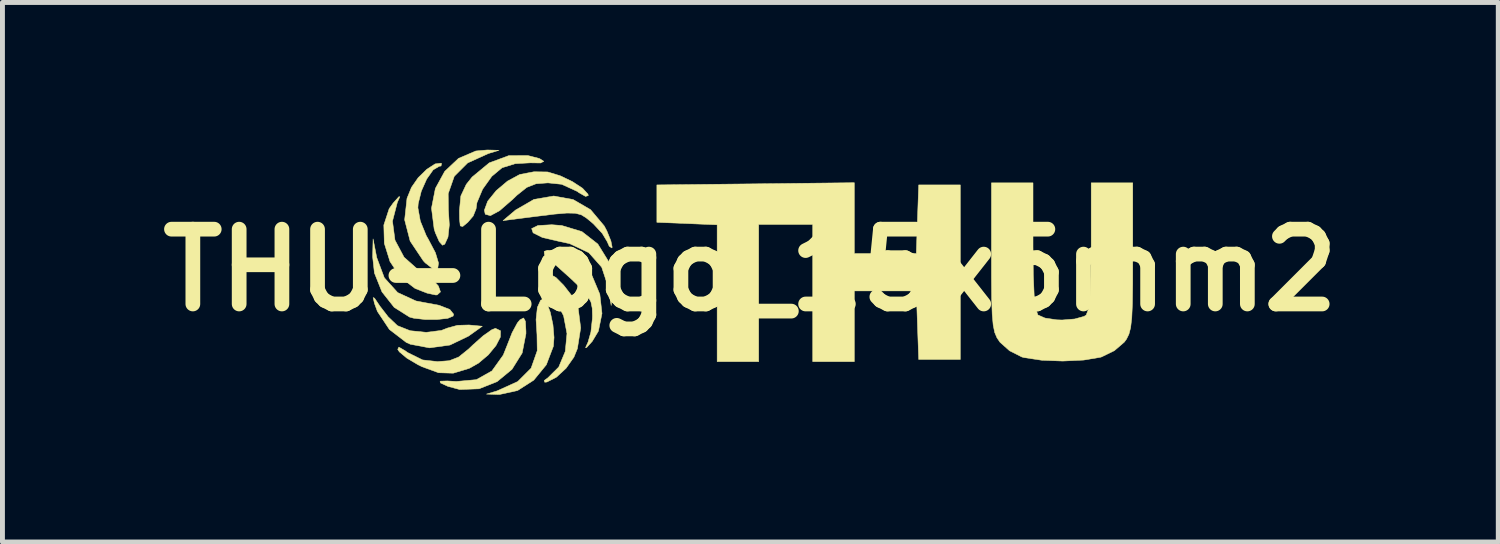
<source format=kicad_pcb>
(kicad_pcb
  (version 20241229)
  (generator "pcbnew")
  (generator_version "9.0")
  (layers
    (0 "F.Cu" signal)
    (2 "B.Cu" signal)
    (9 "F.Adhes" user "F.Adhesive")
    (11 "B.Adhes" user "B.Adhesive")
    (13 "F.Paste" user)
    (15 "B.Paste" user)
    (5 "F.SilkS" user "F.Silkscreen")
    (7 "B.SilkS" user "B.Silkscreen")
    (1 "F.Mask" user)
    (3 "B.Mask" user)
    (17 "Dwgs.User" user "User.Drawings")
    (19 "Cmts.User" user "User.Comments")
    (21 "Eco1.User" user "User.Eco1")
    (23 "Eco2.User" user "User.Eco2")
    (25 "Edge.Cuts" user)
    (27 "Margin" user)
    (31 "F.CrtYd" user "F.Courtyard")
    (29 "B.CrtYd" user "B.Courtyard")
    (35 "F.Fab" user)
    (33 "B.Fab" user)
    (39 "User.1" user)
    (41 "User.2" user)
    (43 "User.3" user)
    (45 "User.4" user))
  (footprint "THU-Logo_15x5mm2"
    (layer "F.Cu")
    (at 12.236 2.453)
    (property "Reference" "THU-Logo_15x5mm2" (at 0 0 0) (layer "F.SilkS") (effects (font (size 1.524 1.524) (thickness 0.3))))
    (attr through_hole)
    (fp_poly (pts (xy -3.842 -0.909) (xy -3.432 -0.785) (xy -3.108 -0.532) (xy -2.891 -0.18) (xy -2.805 0.244) (xy -2.809 0.391) (xy -2.836 0.72) (xy -2.894 0.347) (xy -3.029 -0.06) (xy -3.292 -0.356) (xy -3.682 -0.54) (xy -3.883 -0.583) (xy -4.236 -0.665) (xy -4.426 -0.76) (xy -4.456 -0.847) (xy -4.328 -0.909) (xy -4.045 -0.925) (xy -3.842 -0.909)) (stroke (width 0.01) (type solid)) (fill yes) (layer "F.SilkS"))
    (fp_poly (pts (xy -7.612 -0.257) (xy -7.457 0.156) (xy -7.185 0.457) (xy -6.813 0.628) (xy -6.681 0.653) (xy -6.342 0.716) (xy -6.123 0.801) (xy -6.045 0.898) (xy -6.056 0.936) (xy -6.165 0.982) (xy -6.377 1.005) (xy -6.63 1.005) (xy -6.858 0.979) (xy -6.943 0.956) (xy -7.256 0.758) (xy -7.505 0.443) (xy -7.659 0.057) (xy -7.695 -0.271) (xy -7.686 -0.635) (xy -7.612 -0.257)) (stroke (width 0.01) (type solid)) (fill yes) (layer "F.SilkS"))
    (fp_poly (pts (xy -5.122 -2.441) (xy -5.339 -2.375) (xy -5.76 -2.184) (xy -6.032 -1.912) (xy -6.156 -1.558) (xy -6.152 -1.229) (xy -6.133 -0.921) (xy -6.16 -0.674) (xy -6.226 -0.529) (xy -6.272 -0.508) (xy -6.338 -0.581) (xy -6.418 -0.763) (xy -6.442 -0.839) (xy -6.496 -1.262) (xy -6.417 -1.664) (xy -6.226 -2.013) (xy -5.945 -2.277) (xy -5.594 -2.427) (xy -5.359 -2.448) (xy -5.122 -2.441)) (stroke (width 0.01) (type solid)) (fill yes) (layer "F.SilkS"))
    (fp_poly (pts (xy -4.148 0.668) (xy -4.076 0.859) (xy -4.022 1.112) (xy -4 1.372) (xy -4.013 1.55) (xy -4.157 1.928) (xy -4.413 2.241) (xy -4.744 2.453) (xy -5.11 2.533) (xy -5.139 2.533) (xy -5.376 2.525) (xy -5.16 2.46) (xy -4.739 2.269) (xy -4.467 1.997) (xy -4.342 1.642) (xy -4.347 1.314) (xy -4.366 1.006) (xy -4.339 0.758) (xy -4.273 0.613) (xy -4.227 0.593) (xy -4.148 0.668)) (stroke (width 0.01) (type solid)) (fill yes) (layer "F.SilkS"))
    (fp_poly (pts (xy -4.583 1.042) (xy -4.572 1.246) (xy -4.572 1.295) (xy -4.649 1.688) (xy -4.857 2.021) (xy -5.161 2.272) (xy -5.527 2.417) (xy -5.921 2.432) (xy -6.16 2.368) (xy -6.313 2.298) (xy -6.321 2.262) (xy -6.175 2.257) (xy -5.99 2.268) (xy -5.582 2.231) (xy -5.265 2.053) (xy -5.034 1.73) (xy -4.957 1.537) (xy -4.854 1.275) (xy -4.746 1.075) (xy -4.694 1.012) (xy -4.62 0.974) (xy -4.583 1.042)) (stroke (width 0.01) (type solid)) (fill yes) (layer "F.SilkS"))
    (fp_poly (pts (xy -7.656 0.571) (xy -7.554 0.723) (xy -7.549 0.731) (xy -7.378 0.952) (xy -7.195 1.126) (xy -7.185 1.133) (xy -6.93 1.234) (xy -6.605 1.267) (xy -6.294 1.228) (xy -6.171 1.18) (xy -5.967 1.124) (xy -5.732 1.117) (xy -5.461 1.143) (xy -5.744 1.345) (xy -6.121 1.526) (xy -6.536 1.583) (xy -6.928 1.509) (xy -7.009 1.473) (xy -7.353 1.209) (xy -7.598 0.841) (xy -7.658 0.677) (xy -7.685 0.559) (xy -7.656 0.571)) (stroke (width 0.01) (type solid)) (fill yes) (layer "F.SilkS"))
    (fp_poly (pts (xy -7.192 -1.381) (xy -7.291 -0.998) (xy -7.24 -0.611) (xy -7.055 -0.263) (xy -6.75 0.008) (xy -6.684 0.045) (xy -6.486 0.178) (xy -6.356 0.323) (xy -6.313 0.443) (xy -6.38 0.504) (xy -6.411 0.506) (xy -6.587 0.468) (xy -6.815 0.379) (xy -6.836 0.369) (xy -7.131 0.143) (xy -7.342 -0.177) (xy -7.457 -0.546) (xy -7.467 -0.919) (xy -7.358 -1.252) (xy -7.277 -1.366) (xy -7.162 -1.494) (xy -7.141 -1.495) (xy -7.192 -1.381)) (stroke (width 0.01) (type solid)) (fill yes) (layer "F.SilkS"))
    (fp_poly (pts (xy -4.527 -2.333) (xy -4.296 -2.273) (xy -4.209 -2.217) (xy -4.272 -2.183) (xy -4.483 -2.186) (xy -4.791 -2.169) (xy -5.058 -2.086) (xy -5.268 -1.911) (xy -5.455 -1.649) (xy -5.571 -1.373) (xy -5.588 -1.249) (xy -5.646 -1.104) (xy -5.757 -0.974) (xy -5.86 -0.889) (xy -5.91 -0.901) (xy -5.925 -1.035) (xy -5.927 -1.212) (xy -5.898 -1.512) (xy -5.787 -1.748) (xy -5.668 -1.897) (xy -5.32 -2.185) (xy -4.918 -2.334) (xy -4.527 -2.333)) (stroke (width 0.01) (type solid)) (fill yes) (layer "F.SilkS"))
    (fp_poly (pts (xy 2.117 -0.339) (xy 3.38 -0.339) (xy 3.404 -1.037) (xy 3.429 -1.736) (xy 4.276 -1.736) (xy 4.276 1.82) (xy 3.429 1.82) (xy 3.404 1.122) (xy 3.38 0.423) (xy 2.117 0.423) (xy 2.117 1.863) (xy 1.27 1.863) (xy 1.27 -0.931) (xy 0.169 -0.931) (xy 0.169 1.863) (xy -0.677 1.863) (xy -0.677 -0.924) (xy -1.291 -0.949) (xy -1.905 -0.974) (xy -1.905 -1.736) (xy 0.106 -1.758) (xy 2.117 -1.781) (xy 2.117 -0.339)) (stroke (width 0.01) (type solid)) (fill yes) (layer "F.SilkS"))
    (fp_poly (pts (xy -3.962 0.149) (xy -3.803 0.309) (xy -3.644 0.513) (xy -3.531 0.709) (xy -3.51 0.762) (xy -3.457 1.177) (xy -3.524 1.598) (xy -3.595 1.772) (xy -3.754 1.998) (xy -3.955 2.183) (xy -4.145 2.279) (xy -4.189 2.283) (xy -4.2 2.248) (xy -4.127 2.195) (xy -3.904 1.974) (xy -3.771 1.656) (xy -3.736 1.292) (xy -3.805 0.93) (xy -3.937 0.677) (xy -4.075 0.448) (xy -4.144 0.246) (xy -4.135 0.114) (xy -4.08 0.085) (xy -3.962 0.149)) (stroke (width 0.01) (type solid)) (fill yes) (layer "F.SilkS"))
    (fp_poly (pts (xy -3.611 -1.438) (xy -3.256 -1.232) (xy -2.978 -0.901) (xy -2.924 -0.799) (xy -2.842 -0.597) (xy -2.816 -0.468) (xy -2.821 -0.452) (xy -2.875 -0.486) (xy -2.918 -0.583) (xy -3.016 -0.747) (xy -3.192 -0.937) (xy -3.237 -0.977) (xy -3.348 -1.068) (xy -3.446 -1.128) (xy -3.566 -1.159) (xy -3.737 -1.163) (xy -3.993 -1.141) (xy -4.366 -1.095) (xy -4.657 -1.058) (xy -5.038 -1.009) (xy -4.784 -1.224) (xy -4.409 -1.441) (xy -4.007 -1.51) (xy -3.611 -1.438)) (stroke (width 0.01) (type solid)) (fill yes) (layer "F.SilkS"))
    (fp_poly (pts (xy -3.903 -0.381) (xy -3.633 -0.257) (xy -3.38 -0.068) (xy -3.225 0.115) (xy -3.067 0.491) (xy -3.023 0.883) (xy -3.096 1.241) (xy -3.222 1.451) (xy -3.337 1.578) (xy -3.358 1.579) (xy -3.307 1.466) (xy -3.249 1.262) (xy -3.219 0.99) (xy -3.217 0.928) (xy -3.222 0.775) (xy -3.248 0.649) (xy -3.316 0.524) (xy -3.447 0.373) (xy -3.66 0.17) (xy -3.976 -0.113) (xy -4.064 -0.19) (xy -4.195 -0.32) (xy -4.201 -0.382) (xy -4.131 -0.406) (xy -3.903 -0.381)) (stroke (width 0.01) (type solid)) (fill yes) (layer "F.SilkS"))
    (fp_poly (pts (xy -6.291 -2.17) (xy -6.302 -2.121) (xy -6.337 -2.117) (xy -6.462 -2.043) (xy -6.594 -1.856) (xy -6.704 -1.609) (xy -6.767 -1.355) (xy -6.773 -1.27) (xy -6.724 -1) (xy -6.603 -0.703) (xy -6.564 -0.635) (xy -6.416 -0.354) (xy -6.353 -0.145) (xy -6.37 -0.027) (xy -6.461 -0.022) (xy -6.624 -0.149) (xy -6.663 -0.191) (xy -6.931 -0.592) (xy -7.043 -1.025) (xy -6.995 -1.462) (xy -6.904 -1.686) (xy -6.767 -1.883) (xy -6.592 -2.054) (xy -6.422 -2.164) (xy -6.302 -2.179) (xy -6.291 -2.17)) (stroke (width 0.01) (type solid)) (fill yes) (layer "F.SilkS"))
    (fp_poly (pts (xy -5.09 1.235) (xy -5.093 1.363) (xy -5.183 1.537) (xy -5.338 1.725) (xy -5.538 1.894) (xy -5.726 2) (xy -6.053 2.099) (xy -6.352 2.09) (xy -6.689 1.967) (xy -6.772 1.926) (xy -6.998 1.792) (xy -7.151 1.664) (xy -7.184 1.614) (xy -7.161 1.568) (xy -7.027 1.646) (xy -6.986 1.677) (xy -6.678 1.829) (xy -6.374 1.863) (xy -6.133 1.845) (xy -5.944 1.771) (xy -5.741 1.608) (xy -5.653 1.524) (xy -5.445 1.339) (xy -5.271 1.216) (xy -5.194 1.185) (xy -5.09 1.235)) (stroke (width 0.01) (type solid)) (fill yes) (layer "F.SilkS"))
    (fp_poly (pts (xy -4.133 -2) (xy -4.122 -1.998) (xy -3.876 -1.923) (xy -3.625 -1.803) (xy -3.419 -1.668) (xy -3.309 -1.548) (xy -3.302 -1.519) (xy -3.358 -1.502) (xy -3.496 -1.58) (xy -3.525 -1.603) (xy -3.844 -1.749) (xy -4.124 -1.778) (xy -4.366 -1.76) (xy -4.555 -1.686) (xy -4.758 -1.524) (xy -4.846 -1.439) (xy -5.108 -1.212) (xy -5.296 -1.11) (xy -5.401 -1.139) (xy -5.419 -1.221) (xy -5.351 -1.405) (xy -5.178 -1.619) (xy -4.947 -1.814) (xy -4.705 -1.945) (xy -4.691 -1.95) (xy -4.408 -2.004) (xy -4.133 -2)) (stroke (width 0.01) (type solid)) (fill yes) (layer "F.SilkS"))
    (fp_poly (pts (xy 5.757 -0.483) (xy 5.763 0.097) (xy 5.781 0.516) (xy 5.812 0.785) (xy 5.856 0.911) (xy 5.859 0.914) (xy 6.001 0.976) (xy 6.239 1.012) (xy 6.35 1.016) (xy 6.607 0.995) (xy 6.798 0.942) (xy 6.841 0.914) (xy 6.886 0.795) (xy 6.918 0.534) (xy 6.936 0.123) (xy 6.943 -0.448) (xy 6.943 -0.483) (xy 6.943 -1.778) (xy 7.789 -1.778) (xy 7.789 -0.265) (xy 7.788 0.281) (xy 7.782 0.684) (xy 7.769 0.971) (xy 7.746 1.17) (xy 7.711 1.305) (xy 7.661 1.406) (xy 7.616 1.467) (xy 7.415 1.64) (xy 7.155 1.767) (xy 7.129 1.775) (xy 6.788 1.832) (xy 6.363 1.852) (xy 5.932 1.835) (xy 5.575 1.781) (xy 5.53 1.769) (xy 5.28 1.643) (xy 5.085 1.469) (xy 5.023 1.378) (xy 4.977 1.27) (xy 4.946 1.119) (xy 4.926 0.898) (xy 4.915 0.579) (xy 4.911 0.138) (xy 4.911 -0.265) (xy 4.911 -1.778) (xy 5.757 -1.778) (xy 5.757 -0.483)) (stroke (width 0.01) (type solid)) (fill yes) (layer "F.SilkS")))
  (gr_rect
    (start -3 -3)
    (end 27.471 7.991)
    (stroke (width 0.1) (type default))
    (fill no)
    (layer "Edge.Cuts")))
</source>
